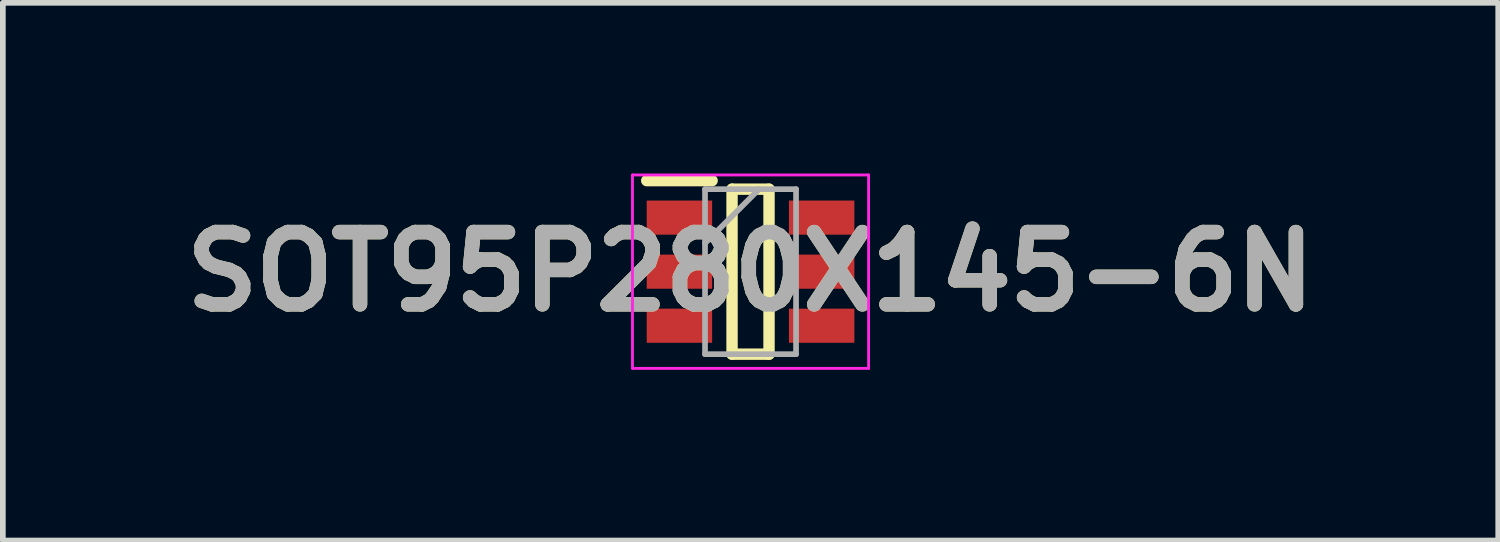
<source format=kicad_pcb>
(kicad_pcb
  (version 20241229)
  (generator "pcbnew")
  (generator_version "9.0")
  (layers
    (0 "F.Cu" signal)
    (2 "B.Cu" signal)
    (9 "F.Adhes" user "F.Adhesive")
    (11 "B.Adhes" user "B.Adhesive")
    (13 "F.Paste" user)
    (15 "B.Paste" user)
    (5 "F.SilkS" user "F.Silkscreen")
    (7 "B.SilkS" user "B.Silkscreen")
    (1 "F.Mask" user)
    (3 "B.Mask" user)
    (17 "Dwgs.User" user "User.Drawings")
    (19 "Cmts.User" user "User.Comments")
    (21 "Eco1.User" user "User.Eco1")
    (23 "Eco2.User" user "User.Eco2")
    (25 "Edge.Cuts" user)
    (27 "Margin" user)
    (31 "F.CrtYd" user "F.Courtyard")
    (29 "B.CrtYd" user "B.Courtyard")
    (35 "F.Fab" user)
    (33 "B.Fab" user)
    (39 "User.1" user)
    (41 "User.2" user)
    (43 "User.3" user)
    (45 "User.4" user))
  (footprint "SOT95P280X145-6N"
    (layer "F.Cu")
    (at 10.142 1.725)
    (property "Reference" "SOT95P280X145-6N" (at 0 0 0) (layer "F.SilkS") (effects (font (size 1.27 1.27) (thickness 0.254))))
    (attr smd)
    (fp_line (start -1.825 -1.6) (end -0.675 -1.6) (stroke (width 0.2) (type solid)) (layer "F.SilkS"))
    (fp_line (start -0.325 -1.45) (end 0.325 -1.45) (stroke (width 0.2) (type solid)) (layer "F.SilkS"))
    (fp_line (start -0.325 1.45) (end -0.325 -1.45) (stroke (width 0.2) (type solid)) (layer "F.SilkS"))
    (fp_line (start 0.325 -1.45) (end 0.325 1.45) (stroke (width 0.2) (type solid)) (layer "F.SilkS"))
    (fp_line (start 0.325 1.45) (end -0.325 1.45) (stroke (width 0.2) (type solid)) (layer "F.SilkS"))
    (fp_line (start -2.075 -1.7) (end 2.075 -1.7) (stroke (width 0.05) (type solid)) (layer "F.CrtYd"))
    (fp_line (start -2.075 1.7) (end -2.075 -1.7) (stroke (width 0.05) (type solid)) (layer "F.CrtYd"))
    (fp_line (start 2.075 -1.7) (end 2.075 1.7) (stroke (width 0.05) (type solid)) (layer "F.CrtYd"))
    (fp_line (start 2.075 1.7) (end -2.075 1.7) (stroke (width 0.05) (type solid)) (layer "F.CrtYd"))
    (fp_line (start -0.8 -1.45) (end 0.8 -1.45) (stroke (width 0.1) (type solid)) (layer "F.Fab"))
    (fp_line (start -0.8 -0.5) (end 0.15 -1.45) (stroke (width 0.1) (type solid)) (layer "F.Fab"))
    (fp_line (start -0.8 1.45) (end -0.8 -1.45) (stroke (width 0.1) (type solid)) (layer "F.Fab"))
    (fp_line (start 0.8 -1.45) (end 0.8 1.45) (stroke (width 0.1) (type solid)) (layer "F.Fab"))
    (fp_line (start 0.8 1.45) (end -0.8 1.45) (stroke (width 0.1) (type solid)) (layer "F.Fab"))
    (fp_text user "${REFERENCE}" (at 0 0 0) (layer "F.Fab") (effects (font (size 1.27 1.27) (thickness 0.254))))
    (pad "1" smd rect (at -1.25 -0.95 90) (size 0.6 1.15) (layers "F.Cu" "F.Mask" "F.Paste"))
    (pad "2" smd rect (at -1.25 0 90) (size 0.6 1.15) (layers "F.Cu" "F.Mask" "F.Paste"))
    (pad "3" smd rect (at -1.25 0.95 90) (size 0.6 1.15) (layers "F.Cu" "F.Mask" "F.Paste"))
    (pad "4" smd rect (at 1.25 0.95 90) (size 0.6 1.15) (layers "F.Cu" "F.Mask" "F.Paste"))
    (pad "5" smd rect (at 1.25 0 90) (size 0.6 1.15) (layers "F.Cu" "F.Mask" "F.Paste"))
    (pad "6" smd rect (at 1.25 -0.95 90) (size 0.6 1.15) (layers "F.Cu" "F.Mask" "F.Paste")))
  (gr_rect
    (start -3 -3)
    (end 23.284 6.45)
    (stroke (width 0.1) (type default))
    (fill no)
    (layer "Edge.Cuts")))
</source>
